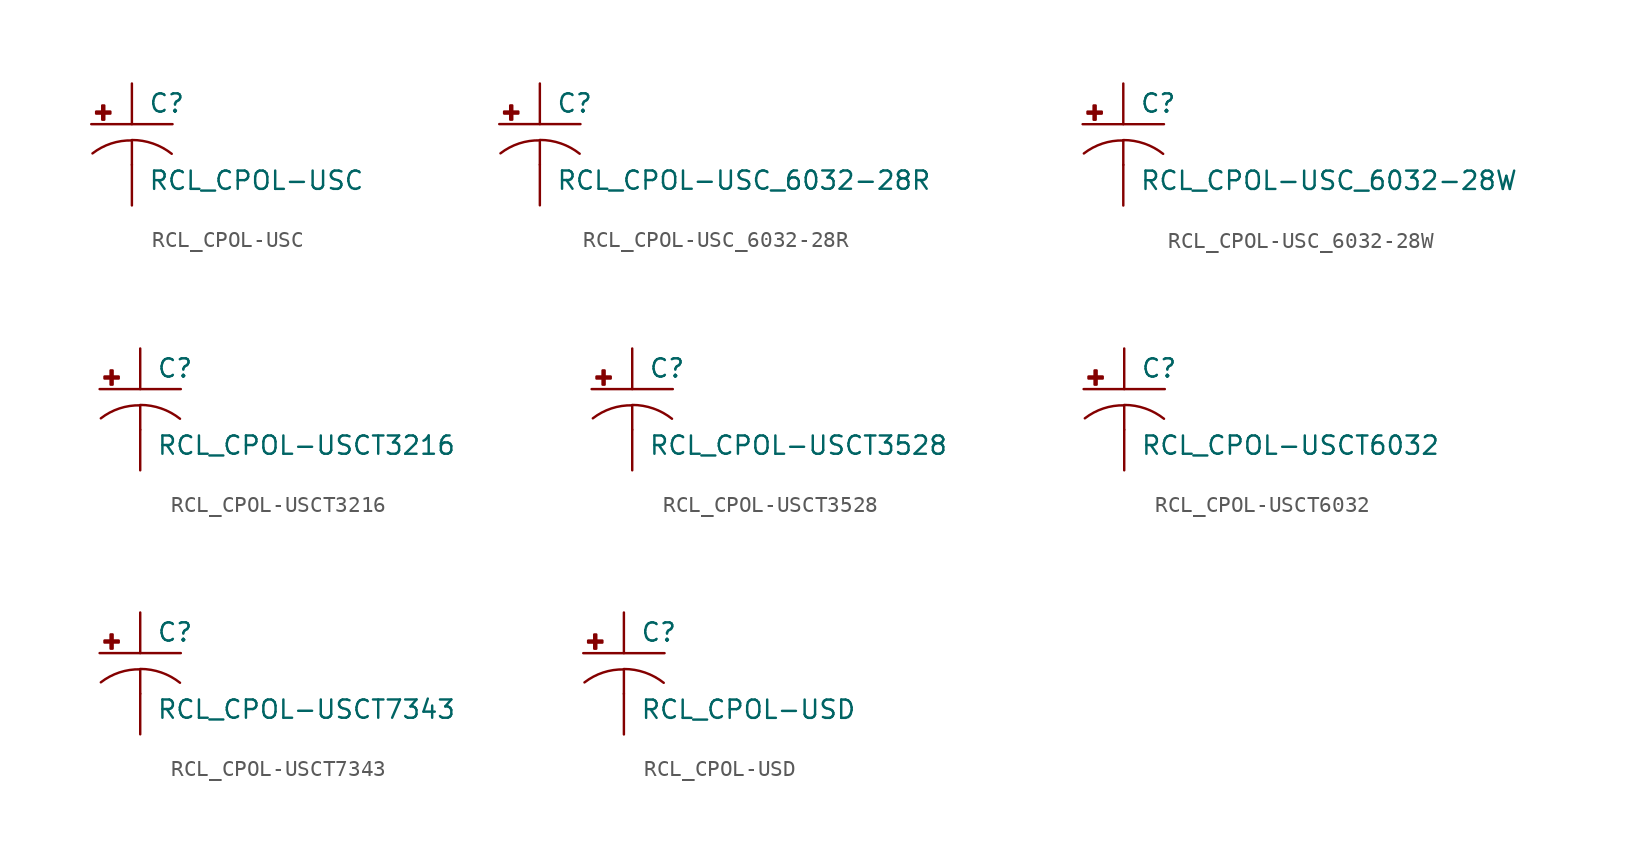
<source format=kicad_sym>
(kicad_symbol_lib
  (version 20210619)
  (generator kicad_symbol_editor)
  (symbol "RCL_CPOL-USC"
    (pin_numbers hide)
    (pin_names
      (offset 1.016) hide)
    (property "Reference" "C"
      (at 1.016 0.635 0)
      (effects (font (size 1.143 1.143)) (justify left bottom)))
    (property "Value" "RCL_CPOL-USC"
      (at 1.016 -4.191 0)
      (effects (font (size 1.143 1.143)) (justify left bottom)))
    (property "ki_locked" ""
      (at 0 0 0)
      (effects (font (size 1.27 1.27))))
    (symbol "RCL_CPOL-USC_1_0"
      (polyline (pts (xy -2.54 0) (xy 2.54 0)) (stroke (width 0)) (fill (type none)))
      (polyline (pts (xy 0 -1.016) (xy 0 -2.54)) (stroke (width 0)) (fill (type none)))
      (polyline (pts (xy 0 -1.016) (xy 0 -1.016)) (stroke (width 0)) (fill (type none))))
    (symbol "RCL_CPOL-USC_1_1"
      (arc (start 0 -1.016) (end -2.4638 -1.8288) (radius (at 0 -5.0546) (length 4.0386) (angles 90.1 127.3)) (stroke (width 0)) (fill (type none)))
      (arc (start 2.4892 -1.8542) (end 0 -0.9906) (radius (at 0 -5.0292) (length 4.0386) (angles 52.3 89.9)) (stroke (width 0)) (fill (type none)))
      (rectangle (start -2.235 0.66) (end -1.346 0.787) (stroke (width 0)) (fill (type outline)))
      (rectangle (start -1.854 0.279) (end -1.727 1.168) (stroke (width 0)) (fill (type outline)))
      (pin passive line (at 0 2.54 270) (length 2.54) (name "+" (effects (font (size 1.016 1.016)))) (number "+" (effects (font (size 1.016 1.016)))))
      (pin passive line (at 0 -5.08 90) (length 2.54) (name "-" (effects (font (size 1.016 1.016)))) (number "-" (effects (font (size 1.016 1.016)))))))
  (symbol "RCL_CPOL-USC_6032-28R"
    (pin_numbers hide)
    (pin_names
      (offset 1.016) hide)
    (property "Reference" "C"
      (at 1.016 0.635 0)
      (effects (font (size 1.143 1.143)) (justify left bottom)))
    (property "Value" "RCL_CPOL-USC_6032-28R"
      (at 1.016 -4.191 0)
      (effects (font (size 1.143 1.143)) (justify left bottom)))
    (property "ki_locked" ""
      (at 0 0 0)
      (effects (font (size 1.27 1.27))))
    (symbol "RCL_CPOL-USC_6032-28R_1_0"
      (polyline (pts (xy -2.54 0) (xy 2.54 0)) (stroke (width 0)) (fill (type none)))
      (polyline (pts (xy 0 -1.016) (xy 0 -2.54)) (stroke (width 0)) (fill (type none)))
      (polyline (pts (xy 0 -1.016) (xy 0 -1.016)) (stroke (width 0)) (fill (type none))))
    (symbol "RCL_CPOL-USC_6032-28R_1_1"
      (arc (start 0 -1.016) (end -2.4638 -1.8288) (radius (at 0 -5.0546) (length 4.0386) (angles 90.1 127.3)) (stroke (width 0)) (fill (type none)))
      (arc (start 2.4892 -1.8542) (end 0 -0.9906) (radius (at 0 -5.0292) (length 4.0386) (angles 52.3 89.9)) (stroke (width 0)) (fill (type none)))
      (rectangle (start -2.235 0.66) (end -1.346 0.787) (stroke (width 0)) (fill (type outline)))
      (rectangle (start -1.854 0.279) (end -1.727 1.168) (stroke (width 0)) (fill (type outline)))
      (pin passive line (at 0 2.54 270) (length 2.54) (name "+" (effects (font (size 1.016 1.016)))) (number "+" (effects (font (size 1.016 1.016)))))
      (pin passive line (at 0 -5.08 90) (length 2.54) (name "-" (effects (font (size 1.016 1.016)))) (number "-" (effects (font (size 1.016 1.016)))))))
  (symbol "RCL_CPOL-USC_6032-28W"
    (pin_numbers hide)
    (pin_names
      (offset 1.016) hide)
    (property "Reference" "C"
      (at 1.016 0.635 0)
      (effects (font (size 1.143 1.143)) (justify left bottom)))
    (property "Value" "RCL_CPOL-USC_6032-28W"
      (at 1.016 -4.191 0)
      (effects (font (size 1.143 1.143)) (justify left bottom)))
    (property "ki_locked" ""
      (at 0 0 0)
      (effects (font (size 1.27 1.27))))
    (symbol "RCL_CPOL-USC_6032-28W_1_0"
      (polyline (pts (xy -2.54 0) (xy 2.54 0)) (stroke (width 0)) (fill (type none)))
      (polyline (pts (xy 0 -1.016) (xy 0 -2.54)) (stroke (width 0)) (fill (type none)))
      (polyline (pts (xy 0 -1.016) (xy 0 -1.016)) (stroke (width 0)) (fill (type none))))
    (symbol "RCL_CPOL-USC_6032-28W_1_1"
      (arc (start 0 -1.016) (end -2.4638 -1.8288) (radius (at 0 -5.0546) (length 4.0386) (angles 90.1 127.3)) (stroke (width 0)) (fill (type none)))
      (arc (start 2.4892 -1.8542) (end 0 -0.9906) (radius (at 0 -5.0292) (length 4.0386) (angles 52.3 89.9)) (stroke (width 0)) (fill (type none)))
      (rectangle (start -2.235 0.66) (end -1.346 0.787) (stroke (width 0)) (fill (type outline)))
      (rectangle (start -1.854 0.279) (end -1.727 1.168) (stroke (width 0)) (fill (type outline)))
      (pin passive line (at 0 2.54 270) (length 2.54) (name "+" (effects (font (size 1.016 1.016)))) (number "+" (effects (font (size 1.016 1.016)))))
      (pin passive line (at 0 -5.08 90) (length 2.54) (name "-" (effects (font (size 1.016 1.016)))) (number "-" (effects (font (size 1.016 1.016)))))))
  (symbol "RCL_CPOL-USCT3216"
    (pin_numbers hide)
    (pin_names
      (offset 1.016) hide)
    (property "Reference" "C"
      (at 1.016 0.635 0)
      (effects (font (size 1.143 1.143)) (justify left bottom)))
    (property "Value" "RCL_CPOL-USCT3216"
      (at 1.016 -4.191 0)
      (effects (font (size 1.143 1.143)) (justify left bottom)))
    (property "ki_locked" ""
      (at 0 0 0)
      (effects (font (size 1.27 1.27))))
    (symbol "RCL_CPOL-USCT3216_1_0"
      (polyline (pts (xy -2.54 0) (xy 2.54 0)) (stroke (width 0)) (fill (type none)))
      (polyline (pts (xy 0 -1.016) (xy 0 -2.54)) (stroke (width 0)) (fill (type none)))
      (polyline (pts (xy 0 -1.016) (xy 0 -1.016)) (stroke (width 0)) (fill (type none))))
    (symbol "RCL_CPOL-USCT3216_1_1"
      (arc (start 0 -1.016) (end -2.4638 -1.8288) (radius (at 0 -5.0546) (length 4.0386) (angles 90.1 127.3)) (stroke (width 0)) (fill (type none)))
      (arc (start 2.4892 -1.8542) (end 0 -0.9906) (radius (at 0 -5.0292) (length 4.0386) (angles 52.3 89.9)) (stroke (width 0)) (fill (type none)))
      (rectangle (start -2.235 0.66) (end -1.346 0.787) (stroke (width 0)) (fill (type outline)))
      (rectangle (start -1.854 0.279) (end -1.727 1.168) (stroke (width 0)) (fill (type outline)))
      (pin passive line (at 0 2.54 270) (length 2.54) (name "+" (effects (font (size 1.016 1.016)))) (number "+" (effects (font (size 1.016 1.016)))))
      (pin passive line (at 0 -5.08 90) (length 2.54) (name "-" (effects (font (size 1.016 1.016)))) (number "-" (effects (font (size 1.016 1.016)))))))
  (symbol "RCL_CPOL-USCT3528"
    (pin_numbers hide)
    (pin_names
      (offset 1.016) hide)
    (property "Reference" "C"
      (at 1.016 0.635 0)
      (effects (font (size 1.143 1.143)) (justify left bottom)))
    (property "Value" "RCL_CPOL-USCT3528"
      (at 1.016 -4.191 0)
      (effects (font (size 1.143 1.143)) (justify left bottom)))
    (property "ki_locked" ""
      (at 0 0 0)
      (effects (font (size 1.27 1.27))))
    (symbol "RCL_CPOL-USCT3528_1_0"
      (polyline (pts (xy -2.54 0) (xy 2.54 0)) (stroke (width 0)) (fill (type none)))
      (polyline (pts (xy 0 -1.016) (xy 0 -2.54)) (stroke (width 0)) (fill (type none)))
      (polyline (pts (xy 0 -1.016) (xy 0 -1.016)) (stroke (width 0)) (fill (type none))))
    (symbol "RCL_CPOL-USCT3528_1_1"
      (arc (start 0 -1.016) (end -2.4638 -1.8288) (radius (at 0 -5.0546) (length 4.0386) (angles 90.1 127.3)) (stroke (width 0)) (fill (type none)))
      (arc (start 2.4892 -1.8542) (end 0 -0.9906) (radius (at 0 -5.0292) (length 4.0386) (angles 52.3 89.9)) (stroke (width 0)) (fill (type none)))
      (rectangle (start -2.235 0.66) (end -1.346 0.787) (stroke (width 0)) (fill (type outline)))
      (rectangle (start -1.854 0.279) (end -1.727 1.168) (stroke (width 0)) (fill (type outline)))
      (pin passive line (at 0 2.54 270) (length 2.54) (name "+" (effects (font (size 1.016 1.016)))) (number "+" (effects (font (size 1.016 1.016)))))
      (pin passive line (at 0 -5.08 90) (length 2.54) (name "-" (effects (font (size 1.016 1.016)))) (number "-" (effects (font (size 1.016 1.016)))))))
  (symbol "RCL_CPOL-USCT6032"
    (pin_numbers hide)
    (pin_names
      (offset 1.016) hide)
    (property "Reference" "C"
      (at 1.016 0.635 0)
      (effects (font (size 1.143 1.143)) (justify left bottom)))
    (property "Value" "RCL_CPOL-USCT6032"
      (at 1.016 -4.191 0)
      (effects (font (size 1.143 1.143)) (justify left bottom)))
    (property "ki_locked" ""
      (at 0 0 0)
      (effects (font (size 1.27 1.27))))
    (symbol "RCL_CPOL-USCT6032_1_0"
      (polyline (pts (xy -2.54 0) (xy 2.54 0)) (stroke (width 0)) (fill (type none)))
      (polyline (pts (xy 0 -1.016) (xy 0 -2.54)) (stroke (width 0)) (fill (type none)))
      (polyline (pts (xy 0 -1.016) (xy 0 -1.016)) (stroke (width 0)) (fill (type none))))
    (symbol "RCL_CPOL-USCT6032_1_1"
      (arc (start 0 -1.016) (end -2.4638 -1.8288) (radius (at 0 -5.0546) (length 4.0386) (angles 90.1 127.3)) (stroke (width 0)) (fill (type none)))
      (arc (start 2.4892 -1.8542) (end 0 -0.9906) (radius (at 0 -5.0292) (length 4.0386) (angles 52.3 89.9)) (stroke (width 0)) (fill (type none)))
      (rectangle (start -2.235 0.66) (end -1.346 0.787) (stroke (width 0)) (fill (type outline)))
      (rectangle (start -1.854 0.279) (end -1.727 1.168) (stroke (width 0)) (fill (type outline)))
      (pin passive line (at 0 2.54 270) (length 2.54) (name "+" (effects (font (size 1.016 1.016)))) (number "+" (effects (font (size 1.016 1.016)))))
      (pin passive line (at 0 -5.08 90) (length 2.54) (name "-" (effects (font (size 1.016 1.016)))) (number "-" (effects (font (size 1.016 1.016)))))))
  (symbol "RCL_CPOL-USCT7343"
    (pin_numbers hide)
    (pin_names
      (offset 1.016) hide)
    (property "Reference" "C"
      (at 1.016 0.635 0)
      (effects (font (size 1.143 1.143)) (justify left bottom)))
    (property "Value" "RCL_CPOL-USCT7343"
      (at 1.016 -4.191 0)
      (effects (font (size 1.143 1.143)) (justify left bottom)))
    (property "ki_locked" ""
      (at 0 0 0)
      (effects (font (size 1.27 1.27))))
    (symbol "RCL_CPOL-USCT7343_1_0"
      (polyline (pts (xy -2.54 0) (xy 2.54 0)) (stroke (width 0)) (fill (type none)))
      (polyline (pts (xy 0 -1.016) (xy 0 -2.54)) (stroke (width 0)) (fill (type none)))
      (polyline (pts (xy 0 -1.016) (xy 0 -1.016)) (stroke (width 0)) (fill (type none))))
    (symbol "RCL_CPOL-USCT7343_1_1"
      (arc (start 0 -1.016) (end -2.4638 -1.8288) (radius (at 0 -5.0546) (length 4.0386) (angles 90.1 127.3)) (stroke (width 0)) (fill (type none)))
      (arc (start 2.4892 -1.8542) (end 0 -0.9906) (radius (at 0 -5.0292) (length 4.0386) (angles 52.3 89.9)) (stroke (width 0)) (fill (type none)))
      (rectangle (start -2.235 0.66) (end -1.346 0.787) (stroke (width 0)) (fill (type outline)))
      (rectangle (start -1.854 0.279) (end -1.727 1.168) (stroke (width 0)) (fill (type outline)))
      (pin passive line (at 0 2.54 270) (length 2.54) (name "+" (effects (font (size 1.016 1.016)))) (number "+" (effects (font (size 1.016 1.016)))))
      (pin passive line (at 0 -5.08 90) (length 2.54) (name "-" (effects (font (size 1.016 1.016)))) (number "-" (effects (font (size 1.016 1.016)))))))
  (symbol "RCL_CPOL-USD"
    (pin_numbers hide)
    (pin_names
      (offset 1.016) hide)
    (property "Reference" "C"
      (at 1.016 0.635 0)
      (effects (font (size 1.143 1.143)) (justify left bottom)))
    (property "Value" "RCL_CPOL-USD"
      (at 1.016 -4.191 0)
      (effects (font (size 1.143 1.143)) (justify left bottom)))
    (property "ki_locked" ""
      (at 0 0 0)
      (effects (font (size 1.27 1.27))))
    (symbol "RCL_CPOL-USD_1_0"
      (polyline (pts (xy -2.54 0) (xy 2.54 0)) (stroke (width 0)) (fill (type none)))
      (polyline (pts (xy 0 -1.016) (xy 0 -2.54)) (stroke (width 0)) (fill (type none)))
      (polyline (pts (xy 0 -1.016) (xy 0 -1.016)) (stroke (width 0)) (fill (type none))))
    (symbol "RCL_CPOL-USD_1_1"
      (arc (start 0 -1.016) (end -2.4638 -1.8288) (radius (at 0 -5.0546) (length 4.0386) (angles 90.1 127.3)) (stroke (width 0)) (fill (type none)))
      (arc (start 2.4892 -1.8542) (end 0 -0.9906) (radius (at 0 -5.0292) (length 4.0386) (angles 52.3 89.9)) (stroke (width 0)) (fill (type none)))
      (rectangle (start -2.235 0.66) (end -1.346 0.787) (stroke (width 0)) (fill (type outline)))
      (rectangle (start -1.854 0.279) (end -1.727 1.168) (stroke (width 0)) (fill (type outline)))
      (pin passive line (at 0 2.54 270) (length 2.54) (name "+" (effects (font (size 1.016 1.016)))) (number "+" (effects (font (size 1.016 1.016)))))
      (pin passive line (at 0 -5.08 90) (length 2.54) (name "-" (effects (font (size 1.016 1.016)))) (number "-" (effects (font (size 1.016 1.016))))))))
</source>
